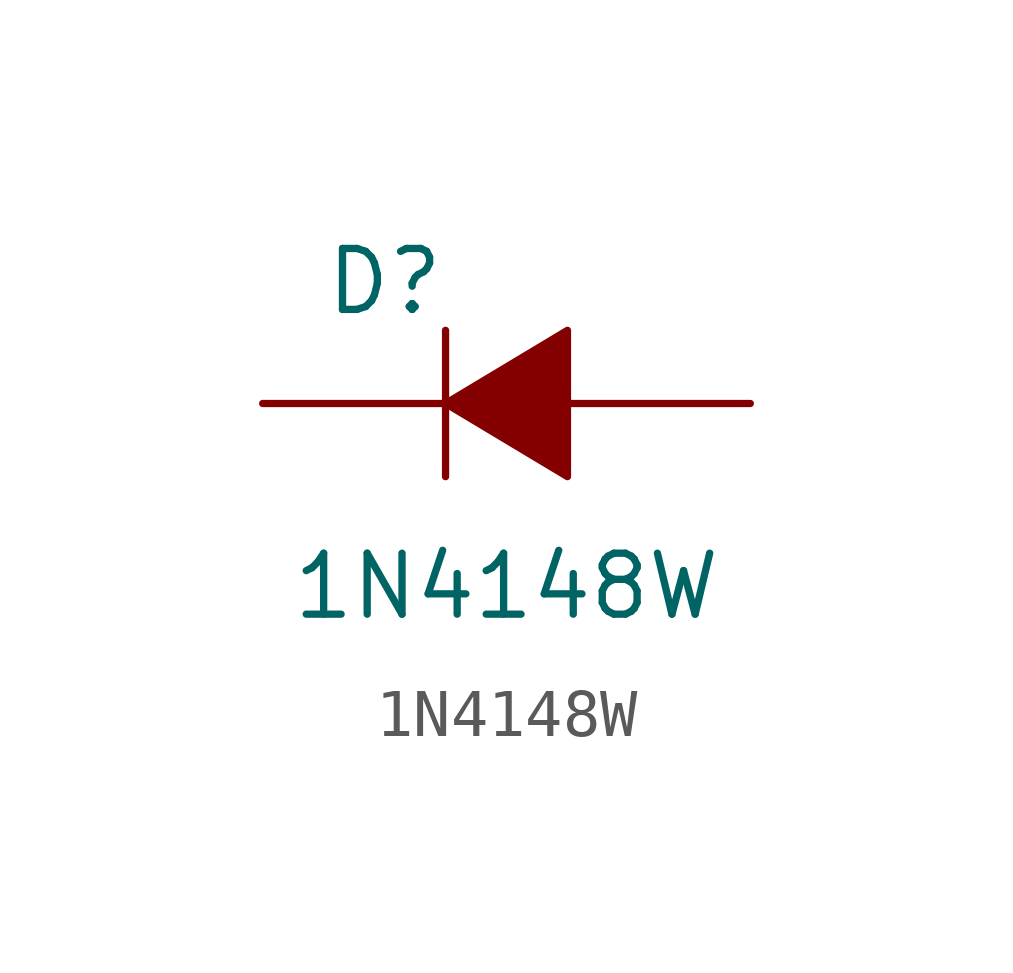
<source format=kicad_sym>
(kicad_symbol_lib
  (version 20211014)
  (generator kicad_symbol_editor)
  (symbol "1N4148W"
    (pin_numbers hide)
    (pin_names
      (offset 1.016) hide)
    (property "Reference" "D"
      (at -2.54 2.54 0)
      (effects (font (size 1.27 1.27))))
    (property "Value" "1N4148W"
      (at 0 -3.81 0)
      (effects (font (size 1.27 1.27))))
    (symbol "1N4148W_1_1"
      (polyline (pts (xy -1.27 -1.524) (xy -1.27 1.524)) (stroke (width 0.152) (type default) (color 0 0 0 0)) (fill (type none)))
      (polyline (pts (xy 1.27 1.524) (xy -1.27 0) (xy 1.27 -1.524) (xy 1.27 1.524)) (stroke (width 0.152) (type default) (color 0 0 0 0)) (fill (type outline)))
      (pin input line (at -5.08 0 0) (length 3.81) (name "K" (effects (font (size 1.27 1.27)))) (number "1" (effects (font (size 1.27 1.27)))))
      (pin input line (at 5.08 0 180) (length 3.81) (name "A" (effects (font (size 1.27 1.27)))) (number "2" (effects (font (size 1.27 1.27))))))))
</source>
